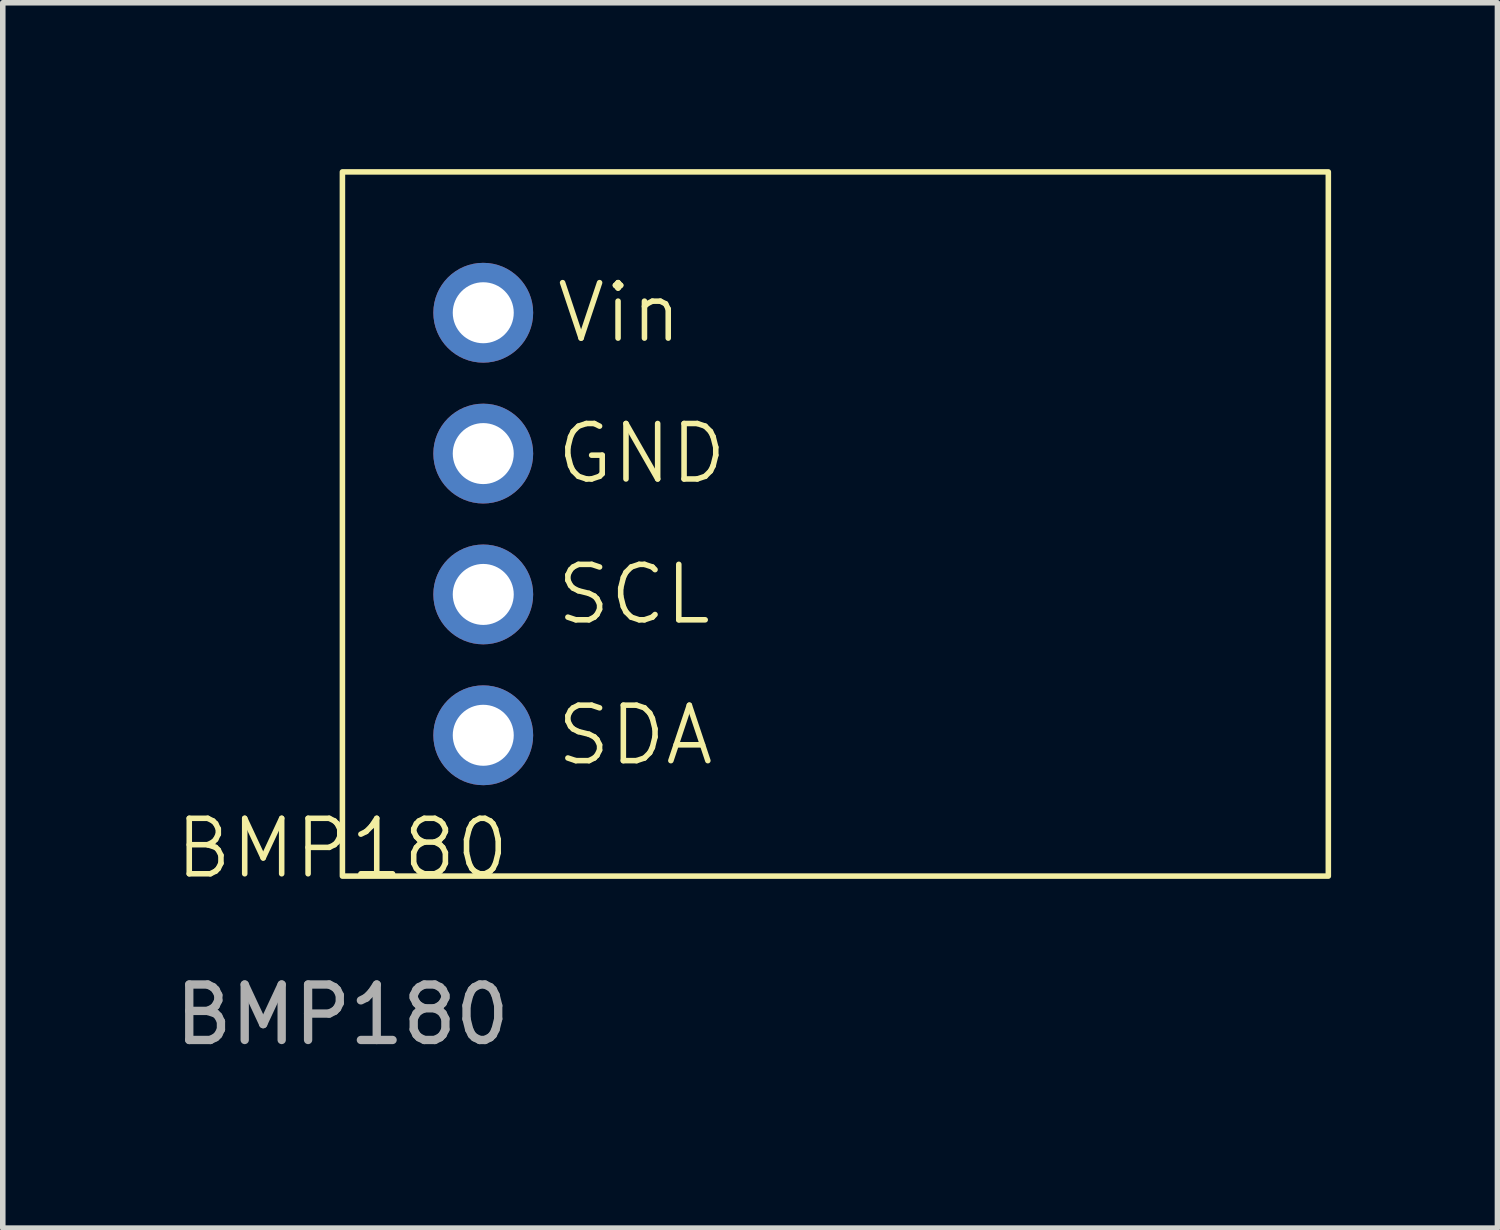
<source format=kicad_pcb>
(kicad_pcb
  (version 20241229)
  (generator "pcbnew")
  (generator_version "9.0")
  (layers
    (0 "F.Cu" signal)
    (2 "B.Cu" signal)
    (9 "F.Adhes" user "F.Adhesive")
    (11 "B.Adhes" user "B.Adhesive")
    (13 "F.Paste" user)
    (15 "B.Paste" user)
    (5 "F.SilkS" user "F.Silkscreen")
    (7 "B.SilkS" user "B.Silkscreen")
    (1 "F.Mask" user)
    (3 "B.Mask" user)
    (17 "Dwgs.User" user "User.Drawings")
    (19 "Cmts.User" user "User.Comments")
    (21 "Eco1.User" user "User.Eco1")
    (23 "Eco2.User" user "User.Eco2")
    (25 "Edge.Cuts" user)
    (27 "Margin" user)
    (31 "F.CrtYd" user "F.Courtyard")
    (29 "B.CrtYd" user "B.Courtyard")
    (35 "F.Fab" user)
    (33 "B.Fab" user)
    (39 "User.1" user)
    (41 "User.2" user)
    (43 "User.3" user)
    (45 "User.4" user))
  (footprint "BMP180"
    (layer "F.Cu")
    (at 3.125 12.75)
    (property "Reference" "BMP180" (at 0 -0.5 0) (unlocked yes) (layer "F.SilkS") (effects (font (size 1 1) (thickness 0.1))))
    (attr through_hole)
    (fp_rect (start 0 -12.7) (end 17.78 0) (stroke (width 0.1) (type default)) (fill no) (layer "F.SilkS"))
    (fp_text user "GND" (at 3.81 -7.62 0) (unlocked yes) (layer "F.SilkS") (effects (font (size 1 1) (thickness 0.1)) (justify left)))
    (fp_text user "Vin" (at 3.81 -10.16 0) (unlocked yes) (layer "F.SilkS") (effects (font (size 1 1) (thickness 0.1)) (justify left)))
    (fp_text user "SCL" (at 3.81 -5.08 0) (unlocked yes) (layer "F.SilkS") (effects (font (size 1 1) (thickness 0.1)) (justify left)))
    (fp_text user "SDA" (at 3.81 -2.54 0) (unlocked yes) (layer "F.SilkS") (effects (font (size 1 1) (thickness 0.1)) (justify left)))
    (fp_text user "${REFERENCE}" (at 0 2.5 0) (unlocked yes) (layer "F.Fab") (effects (font (size 1 1) (thickness 0.15))))
    (pad "1" thru_hole circle (at 2.54 -10.16) (size 1.8 1.8) (drill 1.1) (layers "*.Cu" "*.Mask"))
    (pad "2" thru_hole circle (at 2.54 -7.62) (size 1.8 1.8) (drill 1.1) (layers "*.Cu" "*.Mask"))
    (pad "3" thru_hole circle (at 2.54 -5.08) (size 1.8 1.8) (drill 1.1) (layers "*.Cu" "*.Mask"))
    (pad "4" thru_hole circle (at 2.54 -2.54) (size 1.8 1.8) (drill 1.1) (layers "*.Cu" "*.Mask")))
  (gr_rect
    (start -3 -3)
    (end 23.955 19.098)
    (stroke (width 0.1) (type default))
    (fill no)
    (layer "Edge.Cuts")))
</source>
